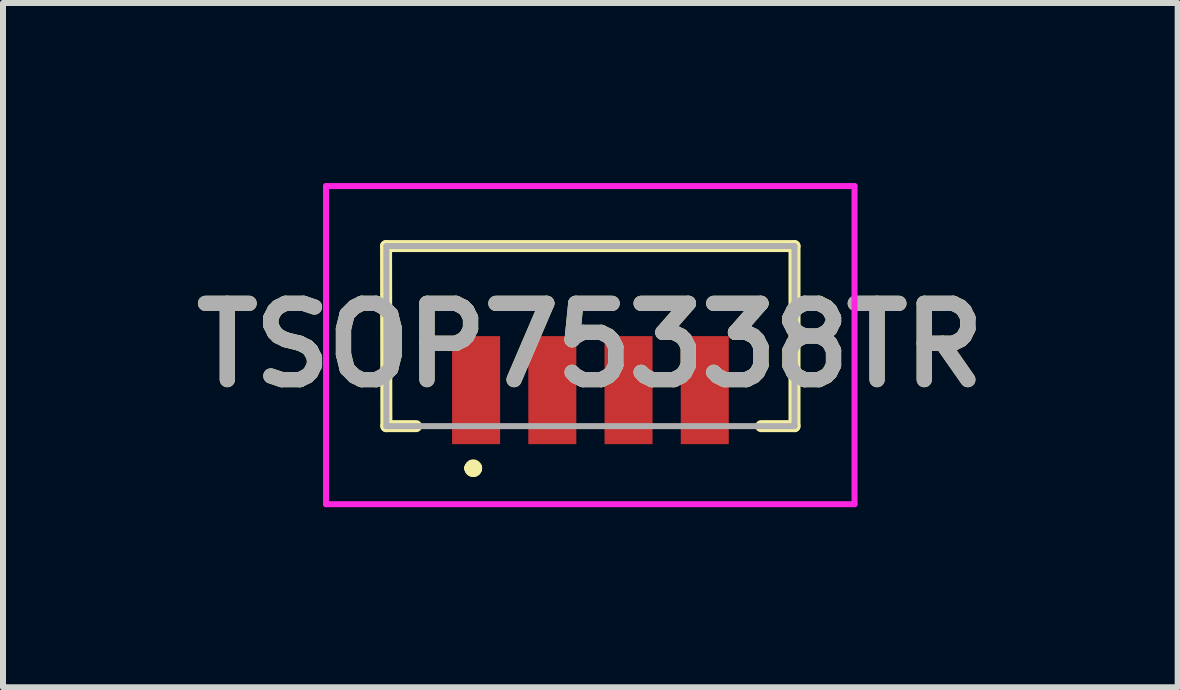
<source format=kicad_pcb>
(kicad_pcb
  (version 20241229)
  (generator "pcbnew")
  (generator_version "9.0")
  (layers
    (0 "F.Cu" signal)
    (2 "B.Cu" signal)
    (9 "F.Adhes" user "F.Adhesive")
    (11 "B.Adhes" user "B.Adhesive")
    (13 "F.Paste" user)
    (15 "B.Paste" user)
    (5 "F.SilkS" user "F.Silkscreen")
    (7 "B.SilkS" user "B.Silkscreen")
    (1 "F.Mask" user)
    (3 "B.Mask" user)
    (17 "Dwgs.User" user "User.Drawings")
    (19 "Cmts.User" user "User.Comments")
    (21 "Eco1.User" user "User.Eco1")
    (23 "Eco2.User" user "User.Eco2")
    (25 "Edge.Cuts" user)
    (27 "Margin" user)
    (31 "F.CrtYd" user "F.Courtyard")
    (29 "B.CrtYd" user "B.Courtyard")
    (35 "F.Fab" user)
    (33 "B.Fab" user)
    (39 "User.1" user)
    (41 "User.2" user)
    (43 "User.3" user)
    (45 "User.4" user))
  (footprint "TSOP75338TR"
    (layer "F.Cu")
    (at 6.787 2.55)
    (property "Reference" "TSOP75338TR" (at -0.002 0.15 0) (layer "F.SilkS") (effects (font (size 1.27 1.27) (thickness 0.254))))
    (attr smd)
    (fp_line (start -3.405 -1.5) (end 3.4 -1.5) (stroke (width 0.2) (type solid)) (layer "F.SilkS"))
    (fp_line (start -3.4 1.5) (end -3.405 -1.5) (stroke (width 0.2) (type solid)) (layer "F.SilkS"))
    (fp_line (start -2.905 1.5) (end -3.4 1.5) (stroke (width 0.2) (type solid)) (layer "F.SilkS"))
    (fp_line (start -2 2.2) (end -2 2.2) (stroke (width 0.2) (type solid)) (layer "F.SilkS"))
    (fp_line (start -2 2.2) (end -2 2.2) (stroke (width 0.2) (type solid)) (layer "F.SilkS"))
    (fp_line (start -1.905 2.2) (end -1.905 2.2) (stroke (width 0.2) (type solid)) (layer "F.SilkS"))
    (fp_line (start 3.4 -1.5) (end 3.4 1.5) (stroke (width 0.2) (type solid)) (layer "F.SilkS"))
    (fp_line (start 3.4 1.5) (end 2.845 1.5) (stroke (width 0.2) (type solid)) (layer "F.SilkS"))
    (fp_arc (start -2 2.2) (mid -1.9525 2.1525) (end -1.905 2.2) (stroke (width 0.2) (type solid)) (layer "F.SilkS"))
    (fp_arc (start -1.905 2.2) (mid -1.9525 2.2475) (end -2 2.2) (stroke (width 0.2) (type solid)) (layer "F.SilkS"))
    (fp_arc (start -1.905 2.2) (mid -1.9525 2.2475) (end -2 2.2) (stroke (width 0.2) (type solid)) (layer "F.SilkS"))
    (fp_line (start -4.405 -2.5) (end 4.4 -2.5) (stroke (width 0.1) (type solid)) (layer "F.CrtYd"))
    (fp_line (start -4.405 2.8) (end -4.405 -2.5) (stroke (width 0.1) (type solid)) (layer "F.CrtYd"))
    (fp_line (start 4.4 -2.5) (end 4.4 2.8) (stroke (width 0.1) (type solid)) (layer "F.CrtYd"))
    (fp_line (start 4.4 2.8) (end -4.405 2.8) (stroke (width 0.1) (type solid)) (layer "F.CrtYd"))
    (fp_line (start -3.4 -1.5) (end -3.4 1.5) (stroke (width 0.1) (type solid)) (layer "F.Fab"))
    (fp_line (start -3.4 1.5) (end 3.4 1.5) (stroke (width 0.1) (type solid)) (layer "F.Fab"))
    (fp_line (start 3.4 -1.5) (end -3.4 -1.5) (stroke (width 0.1) (type solid)) (layer "F.Fab"))
    (fp_line (start 3.4 1.5) (end 3.4 -1.5) (stroke (width 0.1) (type solid)) (layer "F.Fab"))
    (fp_text user "${REFERENCE}" (at -0.002 0.15 0) (layer "F.Fab") (effects (font (size 1.27 1.27) (thickness 0.254))))
    (pad "1" smd rect (at -1.905 0.9) (size 0.8 1.8) (layers "F.Cu" "F.Mask" "F.Paste"))
    (pad "2" smd rect (at -0.635 0.9) (size 0.8 1.8) (layers "F.Cu" "F.Mask" "F.Paste"))
    (pad "3" smd rect (at 0.635 0.9) (size 0.8 1.8) (layers "F.Cu" "F.Mask" "F.Paste"))
    (pad "4" smd rect (at 1.905 0.9) (size 0.8 1.8) (layers "F.Cu" "F.Mask" "F.Paste")))
  (gr_rect
    (start -3 -3)
    (end 16.571 8.4)
    (stroke (width 0.1) (type default))
    (fill no)
    (layer "Edge.Cuts")))
</source>
